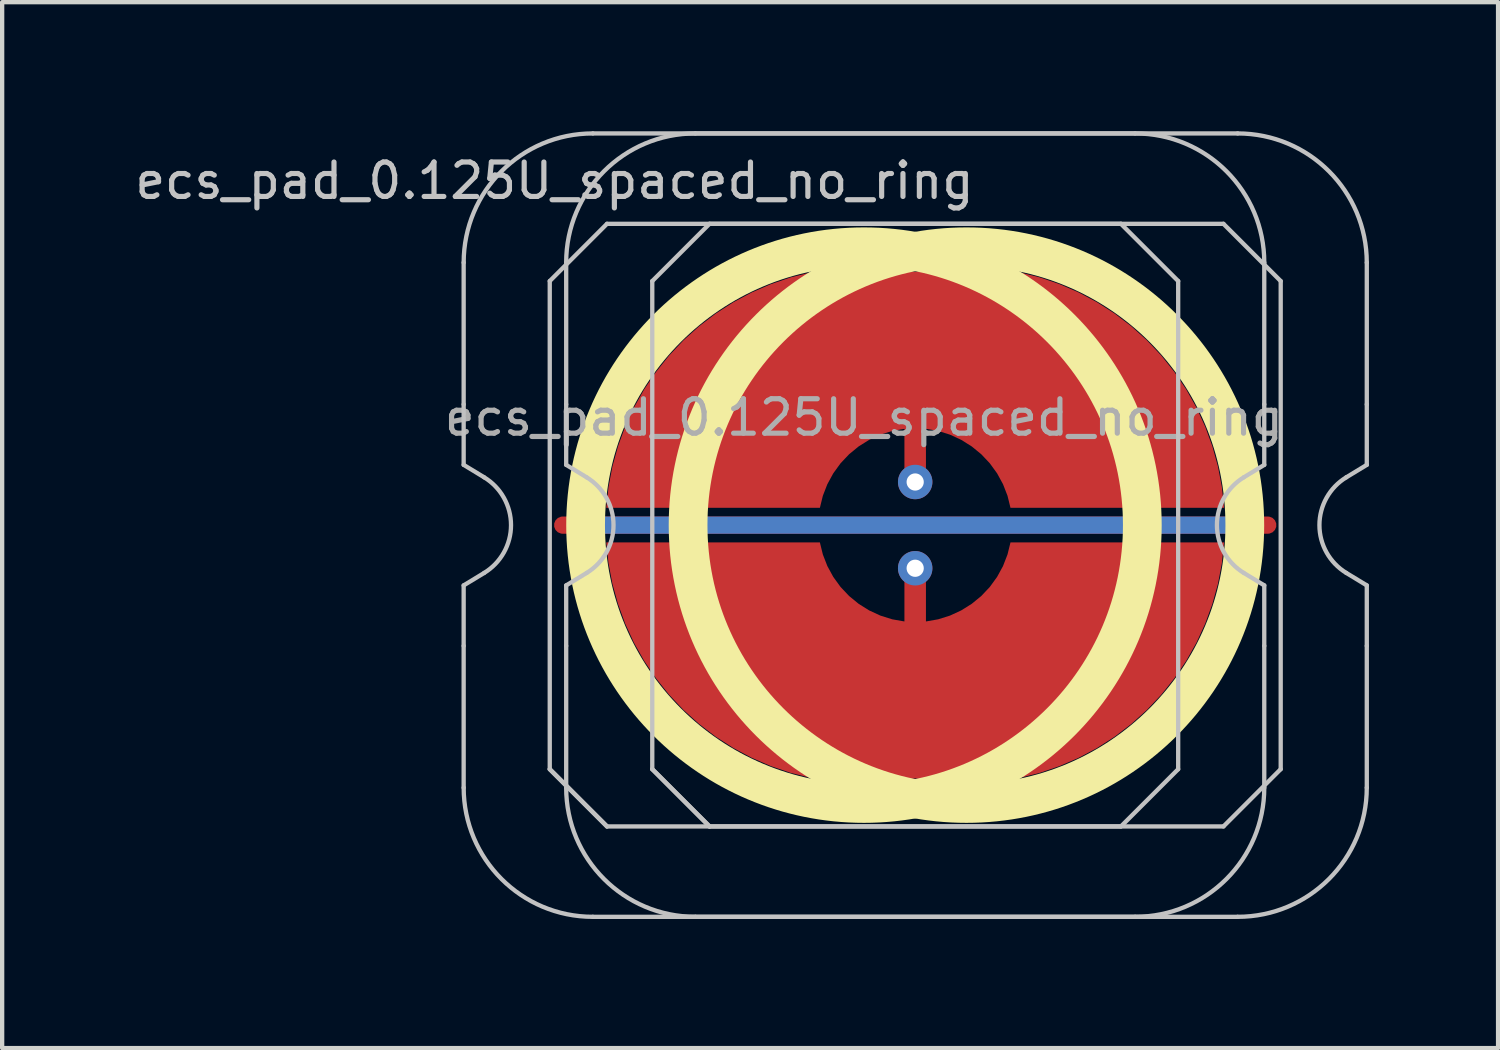
<source format=kicad_pcb>
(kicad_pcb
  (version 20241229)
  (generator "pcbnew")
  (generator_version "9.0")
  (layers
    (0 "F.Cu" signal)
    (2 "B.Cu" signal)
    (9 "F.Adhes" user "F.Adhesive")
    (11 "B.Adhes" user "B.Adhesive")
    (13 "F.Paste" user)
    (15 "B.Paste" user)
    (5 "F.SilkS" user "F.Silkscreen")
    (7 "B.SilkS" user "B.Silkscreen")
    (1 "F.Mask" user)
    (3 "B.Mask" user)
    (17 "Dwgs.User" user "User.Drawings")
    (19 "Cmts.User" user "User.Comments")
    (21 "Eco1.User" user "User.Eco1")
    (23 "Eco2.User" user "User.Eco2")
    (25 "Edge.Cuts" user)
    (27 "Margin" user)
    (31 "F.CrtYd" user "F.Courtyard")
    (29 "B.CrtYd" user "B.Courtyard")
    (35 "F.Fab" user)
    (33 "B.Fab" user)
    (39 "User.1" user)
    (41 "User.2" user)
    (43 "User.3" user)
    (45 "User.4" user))
  (footprint "ecs_pad_0.125U_spaced_no_ring"
    (layer "F.Cu")
    (at 18.213 9.15)
    (property "Reference" "ecs_pad_0.125U_spaced_no_ring" (at -8.38 -8 0) (layer "Dwgs.User") (effects (font (size 0.8 0.8) (thickness 0.12))))
    (attr smd)
    (fp_circle (center -1.191 0) (end 5.276 0) (stroke (width 0.9) (type solid)) (fill no) (layer "F.SilkS"))
    (fp_circle (center 1.19 0) (end 7.657 0) (stroke (width 0.9) (type solid)) (fill no) (layer "F.SilkS"))
    (fp_line (start -10.491 -2.805) (end -10.491 -6.1) (stroke (width 0.1) (type solid)) (layer "Dwgs.User"))
    (fp_line (start -10.491 -1.4) (end -10.491 -2.805) (stroke (width 0.1) (type solid)) (layer "Dwgs.User"))
    (fp_line (start -10.491 1.4) (end -10.015 1.111) (stroke (width 0.1) (type solid)) (layer "Dwgs.User"))
    (fp_line (start -10.491 2.805) (end -10.491 1.4) (stroke (width 0.1) (type solid)) (layer "Dwgs.User"))
    (fp_line (start -10.491 6.1) (end -10.491 2.805) (stroke (width 0.1) (type solid)) (layer "Dwgs.User"))
    (fp_line (start -10.015 -1.111) (end -10.491 -1.4) (stroke (width 0.1) (type solid)) (layer "Dwgs.User"))
    (fp_line (start -8.491 -5.67) (end -7.161 -7) (stroke (width 0.1) (type solid)) (layer "Dwgs.User"))
    (fp_line (start -8.491 5.67) (end -8.491 -5.67) (stroke (width 0.1) (type solid)) (layer "Dwgs.User"))
    (fp_line (start -8.491 5.67) (end -7.161 7) (stroke (width 0.1) (type solid)) (layer "Dwgs.User"))
    (fp_line (start -8.109 -2.805) (end -8.109 -6.1) (stroke (width 0.1) (type solid)) (layer "Dwgs.User"))
    (fp_line (start -8.109 -1.4) (end -8.109 -2.805) (stroke (width 0.1) (type solid)) (layer "Dwgs.User"))
    (fp_line (start -8.109 1.4) (end -7.634 1.111) (stroke (width 0.1) (type solid)) (layer "Dwgs.User"))
    (fp_line (start -8.109 2.805) (end -8.109 1.4) (stroke (width 0.1) (type solid)) (layer "Dwgs.User"))
    (fp_line (start -8.109 6.1) (end -8.109 2.805) (stroke (width 0.1) (type solid)) (layer "Dwgs.User"))
    (fp_line (start -7.634 -1.111) (end -8.109 -1.4) (stroke (width 0.1) (type solid)) (layer "Dwgs.User"))
    (fp_line (start -7.491 -9.1) (end 5.109 -9.1) (stroke (width 0.1) (type solid)) (layer "Dwgs.User"))
    (fp_line (start -7.161 -7) (end 4.779 -7) (stroke (width 0.1) (type solid)) (layer "Dwgs.User"))
    (fp_line (start -7.161 7) (end -8.491 5.67) (stroke (width 0.1) (type solid)) (layer "Dwgs.User"))
    (fp_line (start -6.109 -5.67) (end -4.779 -7) (stroke (width 0.1) (type solid)) (layer "Dwgs.User"))
    (fp_line (start -6.109 5.67) (end -6.109 -5.67) (stroke (width 0.1) (type solid)) (layer "Dwgs.User"))
    (fp_line (start -6.109 5.67) (end -4.779 7) (stroke (width 0.1) (type solid)) (layer "Dwgs.User"))
    (fp_line (start -5.109 -9.1) (end 7.491 -9.1) (stroke (width 0.1) (type solid)) (layer "Dwgs.User"))
    (fp_line (start -4.779 -7) (end 7.161 -7) (stroke (width 0.1) (type solid)) (layer "Dwgs.User"))
    (fp_line (start -4.779 7) (end -6.109 5.67) (stroke (width 0.1) (type solid)) (layer "Dwgs.User"))
    (fp_line (start 4.779 -7) (end 6.109 -5.67) (stroke (width 0.1) (type solid)) (layer "Dwgs.User"))
    (fp_line (start 4.779 7) (end -7.161 7) (stroke (width 0.1) (type solid)) (layer "Dwgs.User"))
    (fp_line (start 5.109 9.1) (end -7.491 9.1) (stroke (width 0.1) (type solid)) (layer "Dwgs.User"))
    (fp_line (start 6.109 -5.67) (end 6.109 5.67) (stroke (width 0.1) (type solid)) (layer "Dwgs.User"))
    (fp_line (start 6.109 5.67) (end 4.779 7) (stroke (width 0.1) (type solid)) (layer "Dwgs.User"))
    (fp_line (start 7.161 -7) (end 8.491 -5.67) (stroke (width 0.1) (type solid)) (layer "Dwgs.User"))
    (fp_line (start 7.161 7) (end -4.779 7) (stroke (width 0.1) (type solid)) (layer "Dwgs.User"))
    (fp_line (start 7.491 9.1) (end -5.109 9.1) (stroke (width 0.1) (type solid)) (layer "Dwgs.User"))
    (fp_line (start 7.634 1.111) (end 8.109 1.4) (stroke (width 0.1) (type solid)) (layer "Dwgs.User"))
    (fp_line (start 8.109 -6.1) (end 8.109 -2.805) (stroke (width 0.1) (type solid)) (layer "Dwgs.User"))
    (fp_line (start 8.109 -2.805) (end 8.109 -1.4) (stroke (width 0.1) (type solid)) (layer "Dwgs.User"))
    (fp_line (start 8.109 -1.4) (end 7.634 -1.111) (stroke (width 0.1) (type solid)) (layer "Dwgs.User"))
    (fp_line (start 8.109 1.4) (end 8.109 2.805) (stroke (width 0.1) (type solid)) (layer "Dwgs.User"))
    (fp_line (start 8.109 2.805) (end 8.109 6.1) (stroke (width 0.1) (type solid)) (layer "Dwgs.User"))
    (fp_line (start 8.491 -5.67) (end 8.491 5.67) (stroke (width 0.1) (type solid)) (layer "Dwgs.User"))
    (fp_line (start 8.491 5.67) (end 7.161 7) (stroke (width 0.1) (type solid)) (layer "Dwgs.User"))
    (fp_line (start 10.015 1.111) (end 10.491 1.4) (stroke (width 0.1) (type solid)) (layer "Dwgs.User"))
    (fp_line (start 10.491 -6.1) (end 10.491 -2.805) (stroke (width 0.1) (type solid)) (layer "Dwgs.User"))
    (fp_line (start 10.491 -2.805) (end 10.491 -1.4) (stroke (width 0.1) (type solid)) (layer "Dwgs.User"))
    (fp_line (start 10.491 -1.4) (end 10.015 -1.111) (stroke (width 0.1) (type solid)) (layer "Dwgs.User"))
    (fp_line (start 10.491 1.4) (end 10.491 2.805) (stroke (width 0.1) (type solid)) (layer "Dwgs.User"))
    (fp_line (start 10.491 2.805) (end 10.491 6.1) (stroke (width 0.1) (type solid)) (layer "Dwgs.User"))
    (fp_arc (start -10.490625 -6.1) (mid -9.611945 -8.22132) (end -7.490625 -9.1) (stroke (width 0.1) (type solid)) (layer "Dwgs.User"))
    (fp_arc (start -10.014958 -1.110619) (mid -9.390625 0) (end -10.014958 1.110619) (stroke (width 0.1) (type solid)) (layer "Dwgs.User"))
    (fp_arc (start -8.109375 -6.1) (mid -7.230695 -8.22132) (end -5.109375 -9.1) (stroke (width 0.1) (type solid)) (layer "Dwgs.User"))
    (fp_arc (start -7.633708 -1.110619) (mid -7.009375 0) (end -7.633708 1.110619) (stroke (width 0.1) (type solid)) (layer "Dwgs.User"))
    (fp_arc (start -7.490625 9.1) (mid -9.611945 8.22132) (end -10.490625 6.1) (stroke (width 0.1) (type solid)) (layer "Dwgs.User"))
    (fp_arc (start -5.109375 9.1) (mid -7.230695 8.22132) (end -8.109375 6.1) (stroke (width 0.1) (type solid)) (layer "Dwgs.User"))
    (fp_arc (start 5.109375 -9.1) (mid 7.230695 -8.22132) (end 8.109375 -6.1) (stroke (width 0.1) (type solid)) (layer "Dwgs.User"))
    (fp_arc (start 7.490625 -9.1) (mid 9.611945 -8.22132) (end 10.490625 -6.1) (stroke (width 0.1) (type solid)) (layer "Dwgs.User"))
    (fp_arc (start 7.633708 1.110619) (mid 7.009375 0) (end 7.633708 -1.110619) (stroke (width 0.1) (type solid)) (layer "Dwgs.User"))
    (fp_arc (start 8.109375 6.1) (mid 7.230695 8.22132) (end 5.109375 9.1) (stroke (width 0.1) (type solid)) (layer "Dwgs.User"))
    (fp_arc (start 10.014958 1.110619) (mid 9.390625 0) (end 10.014958 -1.110619) (stroke (width 0.1) (type solid)) (layer "Dwgs.User"))
    (fp_arc (start 10.490625 6.1) (mid 9.611945 8.22132) (end 7.490625 9.1) (stroke (width 0.1) (type solid)) (layer "Dwgs.User"))
    (fp_text user "${REFERENCE}" (at -1.191 -2.5 0) (layer "F.Fab") (effects (font (size 0.8 0.8) (thickness 0.12))))
    (pad "1" smd custom (at -0.001 -1.002) (size 0.152 0.152) (layers "F.Cu") (options (anchor circle)) (primitives (gr_poly (pts (xy -7.177 0.6) (xy -2.214 0.6) (xy -2.145 0.32) (xy -2.041 0.052) (xy -1.903 -0.201) (xy -1.734 -0.434) (xy -1.536 -0.644) (xy -1.314 -0.826) (xy -1.07 -0.979) (xy -0.808 -1.1) (xy -0.534 -1.186) (xy -0.25 -1.236) (xy -0.25 0) (xy -0.231 0.096) (xy -0.177 0.177) (xy -0.096 0.231) (xy 0 0.25) (xy 0.096 0.231) (xy 0.177 0.177) (xy 0.231 0.096) (xy 0.25 0) (xy 0.25 -1.236) (xy 0.534 -1.186) (xy 0.808 -1.1) (xy 1.07 -0.979) (xy 1.314 -0.826) (xy 1.536 -0.644) (xy 1.734 -0.434) (xy 1.903 -0.201) (xy 2.041 0.052) (xy 2.145 0.32) (xy 2.214 0.6) (xy 7.177 0.6) (xy 7.125 0.116) (xy 7.034 -0.362) (xy 6.904 -0.831) (xy 6.737 -1.288) (xy 6.534 -1.73) (xy 6.295 -2.154) (xy 6.022 -2.557) (xy 5.718 -2.937) (xy 5.384 -3.291) (xy 5.022 -3.617) (xy 4.636 -3.912) (xy 4.226 -4.175) (xy 3.797 -4.404) (xy 3.35 -4.598) (xy 2.889 -4.755) (xy 2.417 -4.873) (xy 1.937 -4.953) (xy 1.452 -4.994) (xy 0.966 -4.996) (xy 0.481 -4.958) (xy 0 -4.881) (xy -0.481 -4.958) (xy -0.966 -4.996) (xy -1.452 -4.994) (xy -1.937 -4.953) (xy -2.417 -4.873) (xy -2.889 -4.755) (xy -3.35 -4.598) (xy -3.797 -4.404) (xy -4.226 -4.175) (xy -4.636 -3.912) (xy -5.022 -3.617) (xy -5.384 -3.291) (xy -5.718 -2.937) (xy -6.022 -2.557) (xy -6.295 -2.154) (xy -6.534 -1.73) (xy -6.737 -1.288) (xy -6.904 -0.831) (xy -7.034 -0.362) (xy -7.125 0.116)) (width 0) (fill yes))))
    (pad "1" thru_hole circle (at -0.001 -1.002) (size 0.8 0.8) (drill 0.4) (layers "*.Cu"))
    (pad "2" smd custom (at -0.001 1.002 180) (size 0.152 0.152) (layers "F.Cu") (options (anchor circle)) (primitives (gr_poly (pts (xy -7.177 0.6) (xy -2.214 0.6) (xy -2.145 0.32) (xy -2.041 0.052) (xy -1.903 -0.201) (xy -1.734 -0.434) (xy -1.536 -0.644) (xy -1.314 -0.826) (xy -1.07 -0.979) (xy -0.808 -1.1) (xy -0.534 -1.186) (xy -0.25 -1.236) (xy -0.25 0) (xy -0.231 0.096) (xy -0.177 0.177) (xy -0.096 0.231) (xy 0 0.25) (xy 0.096 0.231) (xy 0.177 0.177) (xy 0.231 0.096) (xy 0.25 0) (xy 0.25 -1.236) (xy 0.534 -1.186) (xy 0.808 -1.1) (xy 1.07 -0.979) (xy 1.314 -0.826) (xy 1.536 -0.644) (xy 1.734 -0.434) (xy 1.903 -0.201) (xy 2.041 0.052) (xy 2.145 0.32) (xy 2.214 0.6) (xy 7.177 0.6) (xy 7.125 0.116) (xy 7.034 -0.362) (xy 6.904 -0.831) (xy 6.737 -1.288) (xy 6.534 -1.73) (xy 6.295 -2.154) (xy 6.022 -2.557) (xy 5.718 -2.937) (xy 5.384 -3.291) (xy 5.022 -3.617) (xy 4.636 -3.912) (xy 4.226 -4.175) (xy 3.797 -4.404) (xy 3.35 -4.598) (xy 2.889 -4.755) (xy 2.417 -4.873) (xy 1.937 -4.953) (xy 1.452 -4.994) (xy 0.966 -4.996) (xy 0.481 -4.958) (xy 0 -4.881) (xy -0.481 -4.958) (xy -0.966 -4.996) (xy -1.452 -4.994) (xy -1.937 -4.953) (xy -2.417 -4.873) (xy -2.889 -4.755) (xy -3.35 -4.598) (xy -3.797 -4.404) (xy -4.226 -4.175) (xy -4.636 -3.912) (xy -5.022 -3.617) (xy -5.384 -3.291) (xy -5.718 -2.937) (xy -6.022 -2.557) (xy -6.295 -2.154) (xy -6.534 -1.73) (xy -6.737 -1.288) (xy -6.904 -0.831) (xy -7.034 -0.362) (xy -7.125 0.116)) (width 0) (fill yes))))
    (pad "2" thru_hole circle (at -0.001 1.002) (size 0.8 0.8) (drill 0.4) (layers "*.Cu"))
    (pad "3" smd custom (at 0 0 270) (size 0.4 0.4) (layers "F.Cu") (options (anchor rect)) (primitives (gr_line (start 0 -8.191) (end 0 8.191) (width 0.4))))
    (pad "3" smd custom (at 0 0 270) (size 0.4 0.4) (layers "B.Cu") (options (anchor rect)) (primitives (gr_line (start 0 -7.691) (end 0 7.691) (width 0.4))))
    (zone (net_name "") (layer "F.Cu") (hatch edge 0.508) (connect_pads) (min_thickness 0.254) (filled_areas_thickness no) (keepout (tracks allowed) (vias allowed) (pads allowed) (copperpour not_allowed) (footprints allowed)) (placement (enabled no)) (fill) (polygon (pts (xy 10.018 9.15) (xy 10.037 9.663) (xy 10.093 10.173) (xy 10.187 10.678) (xy 10.317 11.175) (xy 10.483 11.66) (xy 10.684 12.133) (xy 10.92 12.589) (xy 11.188 13.026) (xy 11.488 13.443) (xy 11.817 13.837) (xy 12.174 14.206) (xy 12.558 14.547) (xy 12.965 14.86) (xy 13.394 15.142) (xy 13.843 15.391) (xy 14.308 15.608) (xy 14.788 15.789) (xy 15.281 15.935) (xy 15.782 16.044) (xy 16.29 16.117) (xy 16.803 16.151) (xy 17.316 16.149) (xy 17.828 16.108) (xy 18.335 16.031) (xy 18.836 15.916) (xy 19.326 15.765) (xy 19.805 15.579) (xy 20.268 15.358) (xy 20.714 15.103) (xy 21.14 14.817) (xy 21.544 14.5) (xy 21.924 14.155) (xy 22.277 13.782) (xy 22.602 13.385) (xy 22.898 12.965) (xy 23.161 12.525) (xy 23.392 12.066) (xy 23.588 11.592) (xy 23.749 11.104) (xy 23.875 10.606) (xy 23.963 10.101) (xy 24.014 9.59) (xy 24.027 9.077) (xy 24.003 8.564) (xy 23.941 8.054) (xy 23.843 7.55) (xy 23.707 7.055) (xy 23.536 6.571) (xy 23.329 6.101) (xy 23.089 5.648) (xy 22.816 5.213) (xy 22.512 4.799) (xy 22.179 4.409) (xy 21.818 4.044) (xy 21.431 3.706) (xy 21.021 3.398) (xy 20.588 3.121) (xy 20.137 2.876) (xy 19.669 2.664) (xy 19.187 2.488) (xy 18.694 2.347) (xy 18.191 2.243) (xy 17.682 2.176) (xy 17.169 2.147) (xy 16.656 2.155) (xy 16.145 2.2) (xy 15.638 2.283) (xy 15.139 2.403) (xy 14.65 2.559) (xy 14.174 2.751) (xy 13.713 2.977) (xy 13.269 3.236) (xy 12.846 3.526) (xy 12.446 3.847) (xy 12.069 4.197) (xy 11.72 4.573) (xy 11.399 4.974) (xy 11.108 5.397) (xy 10.849 5.84) (xy 10.623 6.301) (xy 10.432 6.777) (xy 10.276 7.266) (xy 10.156 7.765) (xy 10.073 8.272) (xy 10.027 8.783))))
    (zone (net_name "") (layer "F.Cu") (hatch edge 0.508) (connect_pads) (min_thickness 0.254) (filled_areas_thickness no) (keepout (tracks allowed) (vias allowed) (pads allowed) (copperpour not_allowed) (footprints allowed)) (placement (enabled no)) (fill) (polygon (pts (xy 12.398 9.15) (xy 12.417 9.663) (xy 12.473 10.173) (xy 12.567 10.678) (xy 12.697 11.175) (xy 12.863 11.66) (xy 13.064 12.133) (xy 13.3 12.589) (xy 13.568 13.026) (xy 13.868 13.443) (xy 14.197 13.837) (xy 14.554 14.206) (xy 14.938 14.547) (xy 15.345 14.86) (xy 15.774 15.142) (xy 16.223 15.391) (xy 16.688 15.608) (xy 17.168 15.789) (xy 17.661 15.935) (xy 18.162 16.044) (xy 18.67 16.117) (xy 19.183 16.151) (xy 19.696 16.149) (xy 20.208 16.108) (xy 20.715 16.031) (xy 21.216 15.916) (xy 21.706 15.765) (xy 22.185 15.579) (xy 22.648 15.358) (xy 23.094 15.103) (xy 23.52 14.817) (xy 23.924 14.5) (xy 24.304 14.155) (xy 24.657 13.782) (xy 24.982 13.385) (xy 25.278 12.965) (xy 25.541 12.525) (xy 25.772 12.066) (xy 25.968 11.592) (xy 26.129 11.104) (xy 26.255 10.606) (xy 26.343 10.101) (xy 26.394 9.59) (xy 26.407 9.077) (xy 26.383 8.564) (xy 26.321 8.054) (xy 26.223 7.55) (xy 26.087 7.055) (xy 25.916 6.571) (xy 25.709 6.101) (xy 25.469 5.648) (xy 25.196 5.213) (xy 24.892 4.799) (xy 24.559 4.409) (xy 24.198 4.044) (xy 23.811 3.706) (xy 23.401 3.398) (xy 22.968 3.121) (xy 22.517 2.876) (xy 22.049 2.664) (xy 21.567 2.488) (xy 21.074 2.347) (xy 20.571 2.243) (xy 20.062 2.176) (xy 19.549 2.147) (xy 19.036 2.155) (xy 18.525 2.2) (xy 18.018 2.283) (xy 17.519 2.403) (xy 17.03 2.559) (xy 16.554 2.751) (xy 16.093 2.977) (xy 15.649 3.236) (xy 15.226 3.526) (xy 14.826 3.847) (xy 14.449 4.197) (xy 14.1 4.573) (xy 13.779 4.974) (xy 13.488 5.397) (xy 13.229 5.84) (xy 13.003 6.301) (xy 12.812 6.777) (xy 12.656 7.266) (xy 12.536 7.765) (xy 12.453 8.272) (xy 12.407 8.783))))
    (zone (net_name "") (layer "B.Cu") (hatch edge 0.508) (connect_pads) (min_thickness 0.254) (filled_areas_thickness no) (keepout (tracks allowed) (vias allowed) (pads allowed) (copperpour not_allowed) (footprints allowed)) (placement (enabled no)) (fill) (polygon (pts (xy 10.464 9.15) (xy 10.485 9.665) (xy 10.545 10.176) (xy 10.646 10.681) (xy 10.785 11.177) (xy 10.964 11.66) (xy 11.179 12.127) (xy 11.431 12.577) (xy 11.717 13.005) (xy 12.036 13.409) (xy 12.385 13.787) (xy 12.763 14.137) (xy 13.168 14.456) (xy 13.596 14.742) (xy 14.045 14.993) (xy 14.513 15.209) (xy 14.996 15.387) (xy 15.492 15.527) (xy 15.997 15.628) (xy 16.508 15.688) (xy 17.023 15.708) (xy 17.537 15.688) (xy 18.049 15.628) (xy 18.554 15.527) (xy 19.049 15.387) (xy 19.532 15.209) (xy 20 14.993) (xy 20.449 14.742) (xy 20.878 14.456) (xy 21.282 14.137) (xy 21.66 13.787) (xy 22.01 13.409) (xy 22.328 13.005) (xy 22.615 12.577) (xy 22.866 12.127) (xy 23.082 11.66) (xy 23.26 11.177) (xy 23.4 10.681) (xy 23.5 10.176) (xy 23.561 9.665) (xy 23.581 9.15) (xy 23.561 8.635) (xy 23.5 8.124) (xy 23.4 7.619) (xy 23.26 7.123) (xy 23.082 6.64) (xy 22.866 6.173) (xy 22.615 5.723) (xy 22.328 5.295) (xy 22.01 4.891) (xy 21.66 4.513) (xy 21.282 4.163) (xy 20.878 3.844) (xy 20.449 3.558) (xy 20 3.307) (xy 19.532 3.091) (xy 19.049 2.913) (xy 18.554 2.773) (xy 18.049 2.672) (xy 17.537 2.612) (xy 17.023 2.592) (xy 16.508 2.612) (xy 15.997 2.672) (xy 15.492 2.773) (xy 14.996 2.913) (xy 14.513 3.091) (xy 14.045 3.307) (xy 13.596 3.558) (xy 13.168 3.844) (xy 12.763 4.163) (xy 12.385 4.513) (xy 12.036 4.891) (xy 11.717 5.295) (xy 11.431 5.723) (xy 11.179 6.173) (xy 10.964 6.64) (xy 10.785 7.123) (xy 10.646 7.619) (xy 10.545 8.124) (xy 10.485 8.635))))
    (zone (net_name "") (layer "B.Cu") (hatch edge 0.508) (connect_pads) (min_thickness 0.254) (filled_areas_thickness no) (keepout (tracks allowed) (vias allowed) (pads allowed) (copperpour not_allowed) (footprints allowed)) (placement (enabled no)) (fill) (polygon (pts (xy 12.844 9.15) (xy 12.865 9.665) (xy 12.925 10.176) (xy 13.026 10.681) (xy 13.165 11.177) (xy 13.344 11.66) (xy 13.559 12.127) (xy 13.811 12.577) (xy 14.097 13.005) (xy 14.416 13.409) (xy 14.765 13.787) (xy 15.143 14.137) (xy 15.548 14.456) (xy 15.976 14.742) (xy 16.425 14.993) (xy 16.893 15.209) (xy 17.376 15.387) (xy 17.872 15.527) (xy 18.377 15.628) (xy 18.888 15.688) (xy 19.403 15.708) (xy 19.917 15.688) (xy 20.429 15.628) (xy 20.934 15.527) (xy 21.429 15.387) (xy 21.912 15.209) (xy 22.38 14.993) (xy 22.829 14.742) (xy 23.258 14.456) (xy 23.662 14.137) (xy 24.04 13.787) (xy 24.39 13.409) (xy 24.708 13.005) (xy 24.995 12.577) (xy 25.246 12.127) (xy 25.462 11.66) (xy 25.64 11.177) (xy 25.78 10.681) (xy 25.88 10.176) (xy 25.941 9.665) (xy 25.961 9.15) (xy 25.941 8.635) (xy 25.88 8.124) (xy 25.78 7.619) (xy 25.64 7.123) (xy 25.462 6.64) (xy 25.246 6.173) (xy 24.995 5.723) (xy 24.708 5.295) (xy 24.39 4.891) (xy 24.04 4.513) (xy 23.662 4.163) (xy 23.258 3.844) (xy 22.829 3.558) (xy 22.38 3.307) (xy 21.912 3.091) (xy 21.429 2.913) (xy 20.934 2.773) (xy 20.429 2.672) (xy 19.917 2.612) (xy 19.403 2.592) (xy 18.888 2.612) (xy 18.377 2.672) (xy 17.872 2.773) (xy 17.376 2.913) (xy 16.893 3.091) (xy 16.425 3.307) (xy 15.976 3.558) (xy 15.548 3.844) (xy 15.143 4.163) (xy 14.765 4.513) (xy 14.416 4.891) (xy 14.097 5.295) (xy 13.811 5.723) (xy 13.559 6.173) (xy 13.344 6.64) (xy 13.165 7.123) (xy 13.026 7.619) (xy 12.925 8.124) (xy 12.865 8.635)))))
  (gr_rect
    (start -3 -3)
    (end 31.754 21.3)
    (stroke (width 0.1) (type default))
    (fill no)
    (layer "Edge.Cuts")))
</source>
